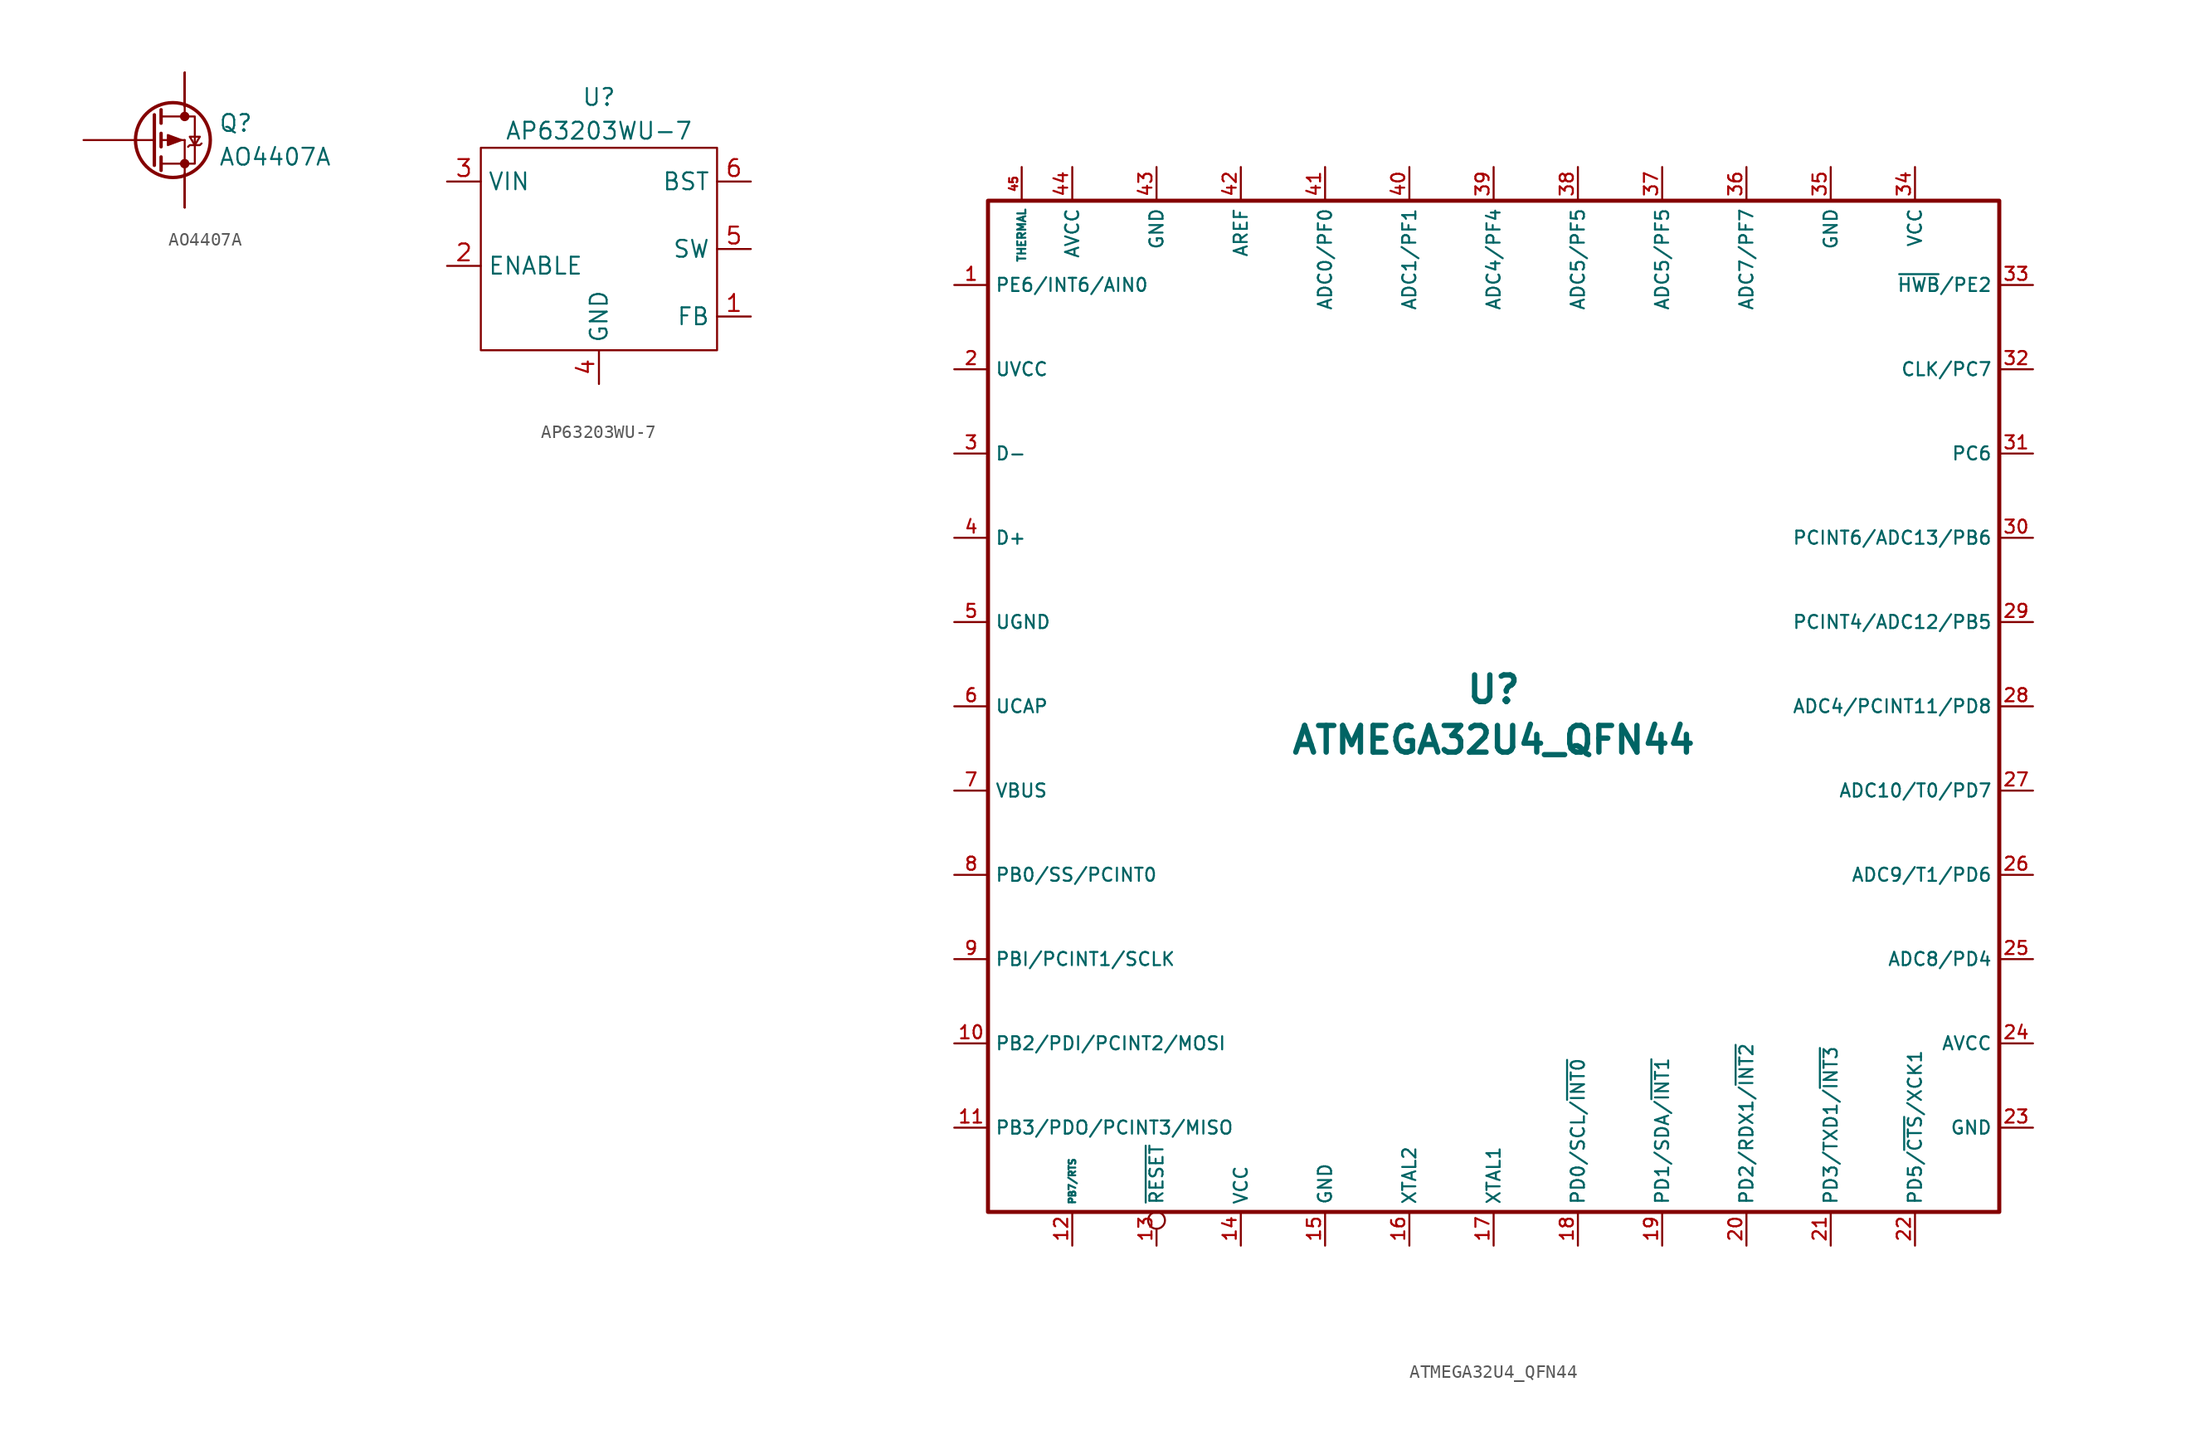
<source format=kicad_sym>
(kicad_symbol_lib
  (version 20200126)
  (host kicad_symbol_editor "(5.99.0-2039-g05a89863c)")
  (symbol "acheronSymbols:AO4407A"
    (pin_names
      (offset 0) hide)
    (property "Reference" "Q"
      (at 2.54 1.27 0)
      (effects (font (size 1.27 1.27)) (justify left)))
    (property "Value" "AO4407A"
      (at 2.54 -1.27 0)
      (effects (font (size 1.27 1.27)) (justify left)))
    (symbol "AO4407A_0_1"
      (circle (center -0.889 0) (radius 2.819) (stroke (width 0.254)) (fill (type none)))
      (circle (center 0 -1.778) (radius 0.279) (stroke (width 0)) (fill (type outline)))
      (circle (center 0 1.778) (radius 0.279) (stroke (width 0)) (fill (type outline)))
      (polyline (pts (xy -2.489 0) (xy -2.286 0)) (stroke (width 0)) (fill (type none)))
      (polyline (pts (xy -1.778 -1.778) (xy 0 -1.778)) (stroke (width 0)) (fill (type none)))
      (polyline (pts (xy -1.778 -1.27) (xy -1.778 -2.286)) (stroke (width 0.254)) (fill (type none)))
      (polyline (pts (xy -1.778 0) (xy 0 0)) (stroke (width 0)) (fill (type none)))
      (polyline (pts (xy -1.778 0.508) (xy -1.778 -0.508)) (stroke (width 0.254)) (fill (type none)))
      (polyline (pts (xy -1.778 1.778) (xy 0 1.778)) (stroke (width 0)) (fill (type none)))
      (polyline (pts (xy -1.778 2.286) (xy -1.778 1.27)) (stroke (width 0.254)) (fill (type none)))
      (polyline (pts (xy 0 -1.778) (xy 0 -2.54)) (stroke (width 0)) (fill (type none)))
      (polyline (pts (xy 0 -1.778) (xy 0 0)) (stroke (width 0)) (fill (type none)))
      (polyline (pts (xy 0 2.54) (xy 0 1.778)) (stroke (width 0)) (fill (type none)))
      (polyline (pts (xy -2.286 1.905) (xy -2.286 -1.905) (xy -2.286 -1.905)) (stroke (width 0.254)) (fill (type none)))
      (polyline (pts (xy -0.254 0) (xy -1.27 -0.381) (xy -1.27 0.381) (xy -0.254 0)) (stroke (width 0)) (fill (type outline)))
      (polyline (pts (xy 0 -1.778) (xy 0.762 -1.778) (xy 0.762 1.778) (xy 0 1.778)) (stroke (width 0)) (fill (type none)))
      (polyline (pts (xy 0.254 -0.508) (xy 0.381 -0.381) (xy 1.143 -0.381) (xy 1.27 -0.254)) (stroke (width 0)) (fill (type none)))
      (polyline (pts (xy 0.762 -0.381) (xy 0.381 0.254) (xy 1.143 0.254) (xy 0.762 -0.381)) (stroke (width 0)) (fill (type none))))
    (symbol "AO4407A_1_1"
      (pin passive line (at 0 -5.08 90) (length 2.54) (name "S" (effects (font (size 1.27 1.27)))) (number "1" (effects (font (size 0 0)))))
      (pin passive line (at 0 -5.08 90) (length 2.54) (name "S" (effects (font (size 1.27 1.27)))) (number "2" (effects (font (size 0 0)))))
      (pin passive line (at 0 -5.08 90) (length 2.54) (name "S" (effects (font (size 1.27 1.27)))) (number "3" (effects (font (size 0 0)))))
      (pin input line (at -7.62 0 0) (length 5.08) (name "G" (effects (font (size 1.27 1.27)))) (number "4" (effects (font (size 0 0)))))
      (pin passive line (at 0 5.08 270) (length 2.54) (name "D" (effects (font (size 1.27 1.27)))) (number "5" (effects (font (size 0 0)))))
      (pin passive line (at 0 5.08 270) (length 2.54) (name "D" (effects (font (size 1.27 1.27)))) (number "6" (effects (font (size 0 0)))))
      (pin passive line (at 0 5.08 270) (length 2.54) (name "D" (effects (font (size 1.27 1.27)))) (number "7" (effects (font (size 0 0)))))
      (pin passive line (at 0 5.08 270) (length 2.54) (name "D" (effects (font (size 1.27 1.27)))) (number "8" (effects (font (size 0 0)))))))
  (symbol "acheronSymbols:AP63203WU-7"
    (property "Reference" "U"
      (at 0 13.97 0)
      (effects (font (size 1.27 1.27))))
    (property "Value" "AP63203WU-7"
      (at 0 11.43 0)
      (effects (font (size 1.27 1.27))))
    (symbol "AP63203WU-7_0_0"
      (rectangle (start -8.89 10.16) (end 8.89 -5.08) (stroke (width 0)) (fill (type none))))
    (symbol "AP63203WU-7_1_1"
      (pin input line (at 11.43 -2.54 180) (length 2.54) (name "FB" (effects (font (size 1.27 1.27)))) (number "1" (effects (font (size 1.27 1.27)))))
      (pin input line (at -11.43 1.27 0) (length 2.54) (name "ENABLE" (effects (font (size 1.27 1.27)))) (number "2" (effects (font (size 1.27 1.27)))))
      (pin input line (at -11.43 7.62 0) (length 2.54) (name "VIN" (effects (font (size 1.27 1.27)))) (number "3" (effects (font (size 1.27 1.27)))))
      (pin input line (at 0 -7.62 90) (length 2.54) (name "GND" (effects (font (size 1.27 1.27)))) (number "4" (effects (font (size 1.27 1.27)))))
      (pin output line (at 11.43 2.54 180) (length 2.54) (name "SW" (effects (font (size 1.27 1.27)))) (number "5" (effects (font (size 1.27 1.27)))))
      (pin input line (at 11.43 7.62 180) (length 2.54) (name "BST" (effects (font (size 1.27 1.27)))) (number "6" (effects (font (size 1.27 1.27)))))))
  (symbol "acheronSymbols:ATMEGA32U4_QFN44"
    (property "Reference" "U"
      (at 0 1.27 0)
      (effects (font (size 2.007 2.007) bold)))
    (property "Value" "ATMEGA32U4_QFN44"
      (at 0 -2.54 0)
      (effects (font (size 2.007 2.007) bold)))
    (symbol "ATMEGA32U4_QFN44_0_1"
      (rectangle (start -38.1 38.1) (end 38.1 -38.1) (stroke (width 0.305)) (fill (type none))))
    (symbol "ATMEGA32U4_QFN44_1_1"
      (pin bidirectional line (at -40.64 31.75 0) (length 2.54) (name "PE6/INT6/AIN0" (effects (font (size 0.991 0.991)))) (number "1" (effects (font (size 0.991 0.991)))))
      (pin bidirectional line (at -40.64 -25.4 0) (length 2.54) (name "PB2/PDI/PCINT2/MOSI" (effects (font (size 0.991 0.991)))) (number "10" (effects (font (size 0.991 0.991)))))
      (pin bidirectional line (at -40.64 -31.75 0) (length 2.54) (name "PB3/PDO/PCINT3/MISO" (effects (font (size 0.991 0.991)))) (number "11" (effects (font (size 0.991 0.991)))))
      (pin bidirectional line (at -31.75 -40.64 90) (length 2.54) (name "PB7/RTS" (effects (font (size 0.508 0.508)))) (number "12" (effects (font (size 0.991 0.991)))))
      (pin input inverted (at -25.4 -40.64 90) (length 2.54) (name "~RESET~" (effects (font (size 0.991 0.991)))) (number "13" (effects (font (size 0.991 0.991)))))
      (pin power_in line (at -19.05 -40.64 90) (length 2.54) (name "VCC" (effects (font (size 0.991 0.991)))) (number "14" (effects (font (size 0.991 0.991)))))
      (pin power_in line (at -12.7 -40.64 90) (length 2.54) (name "GND" (effects (font (size 0.991 0.991)))) (number "15" (effects (font (size 0.991 0.991)))))
      (pin input line (at -6.35 -40.64 90) (length 2.54) (name "XTAL2" (effects (font (size 0.991 0.991)))) (number "16" (effects (font (size 0.991 0.991)))))
      (pin input line (at 0 -40.64 90) (length 2.54) (name "XTAL1" (effects (font (size 0.991 0.991)))) (number "17" (effects (font (size 0.991 0.991)))))
      (pin bidirectional line (at 6.35 -40.64 90) (length 2.54) (name "PD0/SCL/~INT0~" (effects (font (size 0.991 0.991)))) (number "18" (effects (font (size 0.991 0.991)))))
      (pin bidirectional line (at 12.7 -40.64 90) (length 2.54) (name "PD1/SDA/~INT1~" (effects (font (size 0.991 0.991)))) (number "19" (effects (font (size 0.991 0.991)))))
      (pin power_in line (at -40.64 25.4 0) (length 2.54) (name "UVCC" (effects (font (size 0.991 0.991)))) (number "2" (effects (font (size 0.991 0.991)))))
      (pin bidirectional line (at 19.05 -40.64 90) (length 2.54) (name "PD2/RDX1/~INT2~" (effects (font (size 0.991 0.991)))) (number "20" (effects (font (size 0.991 0.991)))))
      (pin bidirectional line (at 25.4 -40.64 90) (length 2.54) (name "PD3/TXD1/~INT3~" (effects (font (size 0.991 0.991)))) (number "21" (effects (font (size 0.991 0.991)))))
      (pin bidirectional line (at 31.75 -40.64 90) (length 2.54) (name "PD5/~CTS~/XCK1" (effects (font (size 0.991 0.991)))) (number "22" (effects (font (size 0.991 0.991)))))
      (pin power_in line (at 40.64 -31.75 180) (length 2.54) (name "GND" (effects (font (size 0.991 0.991)))) (number "23" (effects (font (size 0.991 0.991)))))
      (pin power_in line (at 40.64 -25.4 180) (length 2.54) (name "AVCC" (effects (font (size 0.991 0.991)))) (number "24" (effects (font (size 0.991 0.991)))))
      (pin bidirectional line (at 40.64 -19.05 180) (length 2.54) (name "ADC8/PD4" (effects (font (size 0.991 0.991)))) (number "25" (effects (font (size 0.991 0.991)))))
      (pin bidirectional line (at 40.64 -12.7 180) (length 2.54) (name "ADC9/T1/PD6" (effects (font (size 0.991 0.991)))) (number "26" (effects (font (size 0.991 0.991)))))
      (pin bidirectional line (at 40.64 -6.35 180) (length 2.54) (name "ADC10/T0/PD7" (effects (font (size 0.991 0.991)))) (number "27" (effects (font (size 0.991 0.991)))))
      (pin bidirectional line (at 40.64 0 180) (length 2.54) (name "ADC4/PCINT11/PD8" (effects (font (size 0.991 0.991)))) (number "28" (effects (font (size 0.991 0.991)))))
      (pin bidirectional line (at 40.64 6.35 180) (length 2.54) (name "PCINT4/ADC12/PB5" (effects (font (size 0.991 0.991)))) (number "29" (effects (font (size 0.991 0.991)))))
      (pin bidirectional line (at -40.64 19.05 0) (length 2.54) (name "D-" (effects (font (size 0.991 0.991)))) (number "3" (effects (font (size 0.991 0.991)))))
      (pin bidirectional line (at 40.64 12.7 180) (length 2.54) (name "PCINT6/ADC13/PB6" (effects (font (size 0.991 0.991)))) (number "30" (effects (font (size 0.991 0.991)))))
      (pin bidirectional line (at 40.64 19.05 180) (length 2.54) (name "PC6" (effects (font (size 0.991 0.991)))) (number "31" (effects (font (size 0.991 0.991)))))
      (pin bidirectional line (at 40.64 25.4 180) (length 2.54) (name "CLK/PC7" (effects (font (size 0.991 0.991)))) (number "32" (effects (font (size 0.991 0.991)))))
      (pin bidirectional line (at 40.64 31.75 180) (length 2.54) (name "~HWB~/PE2" (effects (font (size 0.991 0.991)))) (number "33" (effects (font (size 0.991 0.991)))))
      (pin power_in line (at 31.75 40.64 270) (length 2.54) (name "VCC" (effects (font (size 0.991 0.991)))) (number "34" (effects (font (size 0.991 0.991)))))
      (pin power_in line (at 25.4 40.64 270) (length 2.54) (name "GND" (effects (font (size 0.991 0.991)))) (number "35" (effects (font (size 0.991 0.991)))))
      (pin bidirectional line (at 19.05 40.64 270) (length 2.54) (name "ADC7/PF7" (effects (font (size 0.991 0.991)))) (number "36" (effects (font (size 0.991 0.991)))))
      (pin bidirectional line (at 12.7 40.64 270) (length 2.54) (name "ADC5/PF5" (effects (font (size 0.991 0.991)))) (number "37" (effects (font (size 0.991 0.991)))))
      (pin bidirectional line (at 6.35 40.64 270) (length 2.54) (name "ADC5/PF5" (effects (font (size 0.991 0.991)))) (number "38" (effects (font (size 0.991 0.991)))))
      (pin bidirectional line (at 0 40.64 270) (length 2.54) (name "ADC4/PF4" (effects (font (size 0.991 0.991)))) (number "39" (effects (font (size 0.991 0.991)))))
      (pin bidirectional line (at -40.64 12.7 0) (length 2.54) (name "D+" (effects (font (size 0.991 0.991)))) (number "4" (effects (font (size 0.991 0.991)))))
      (pin bidirectional line (at -6.35 40.64 270) (length 2.54) (name "ADC1/PF1" (effects (font (size 0.991 0.991)))) (number "40" (effects (font (size 0.991 0.991)))))
      (pin bidirectional line (at -12.7 40.64 270) (length 2.54) (name "ADC0/PF0" (effects (font (size 0.991 0.991)))) (number "41" (effects (font (size 0.991 0.991)))))
      (pin input line (at -19.05 40.64 270) (length 2.54) (name "AREF" (effects (font (size 0.991 0.991)))) (number "42" (effects (font (size 0.991 0.991)))))
      (pin power_in line (at -25.4 40.64 270) (length 2.54) (name "GND" (effects (font (size 0.991 0.991)))) (number "43" (effects (font (size 0.991 0.991)))))
      (pin power_in line (at -31.75 40.64 270) (length 2.54) (name "AVCC" (effects (font (size 0.991 0.991)))) (number "44" (effects (font (size 0.991 0.991)))))
      (pin input line (at -35.56 40.64 270) (length 2.54) (name "THERMAL" (effects (font (size 0.61 0.61)))) (number "45" (effects (font (size 0.61 0.61)))))
      (pin power_in line (at -40.64 6.35 0) (length 2.54) (name "UGND" (effects (font (size 0.991 0.991)))) (number "5" (effects (font (size 0.991 0.991)))))
      (pin input line (at -40.64 0 0) (length 2.54) (name "UCAP" (effects (font (size 0.991 0.991)))) (number "6" (effects (font (size 0.991 0.991)))))
      (pin power_in line (at -40.64 -6.35 0) (length 2.54) (name "VBUS" (effects (font (size 0.991 0.991)))) (number "7" (effects (font (size 0.991 0.991)))))
      (pin bidirectional line (at -40.64 -12.7 0) (length 2.54) (name "PB0/SS/PCINT0" (effects (font (size 0.991 0.991)))) (number "8" (effects (font (size 0.991 0.991)))))
      (pin bidirectional line (at -40.64 -19.05 0) (length 2.54) (name "PBI/PCINT1/SCLK" (effects (font (size 0.991 0.991)))) (number "9" (effects (font (size 0.991 0.991))))))))
</source>
